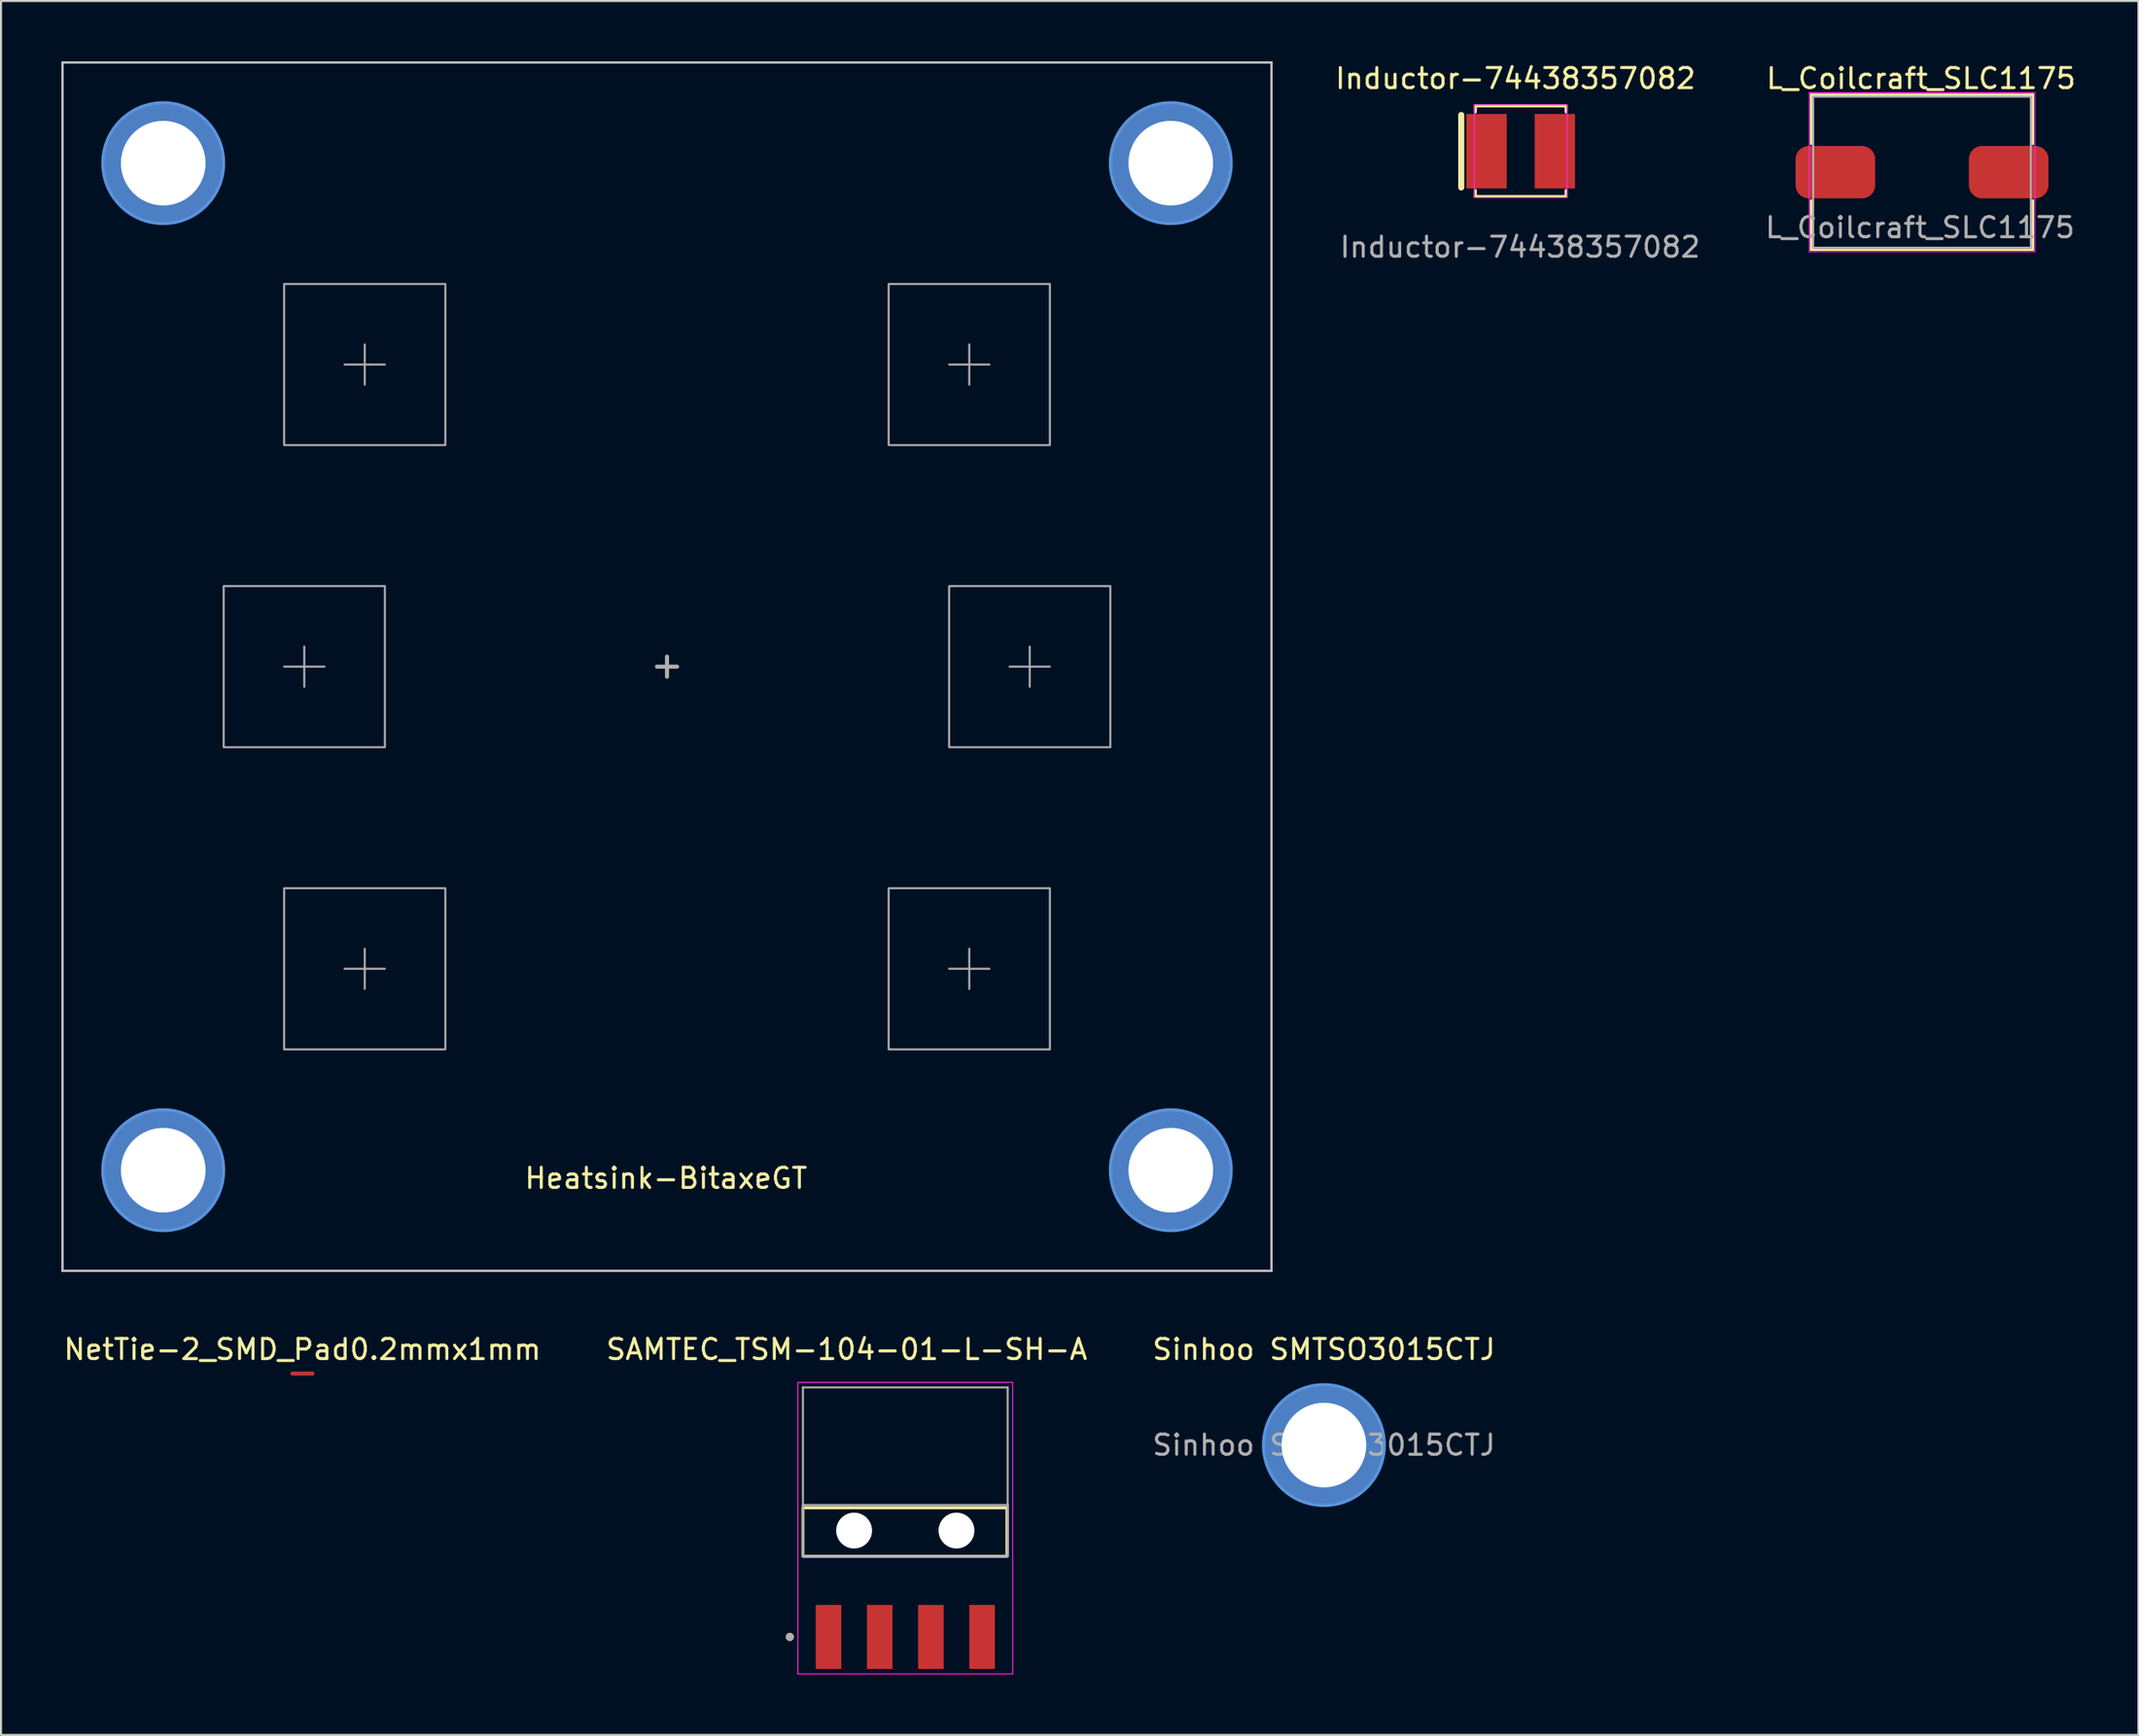
<source format=kicad_pcb>
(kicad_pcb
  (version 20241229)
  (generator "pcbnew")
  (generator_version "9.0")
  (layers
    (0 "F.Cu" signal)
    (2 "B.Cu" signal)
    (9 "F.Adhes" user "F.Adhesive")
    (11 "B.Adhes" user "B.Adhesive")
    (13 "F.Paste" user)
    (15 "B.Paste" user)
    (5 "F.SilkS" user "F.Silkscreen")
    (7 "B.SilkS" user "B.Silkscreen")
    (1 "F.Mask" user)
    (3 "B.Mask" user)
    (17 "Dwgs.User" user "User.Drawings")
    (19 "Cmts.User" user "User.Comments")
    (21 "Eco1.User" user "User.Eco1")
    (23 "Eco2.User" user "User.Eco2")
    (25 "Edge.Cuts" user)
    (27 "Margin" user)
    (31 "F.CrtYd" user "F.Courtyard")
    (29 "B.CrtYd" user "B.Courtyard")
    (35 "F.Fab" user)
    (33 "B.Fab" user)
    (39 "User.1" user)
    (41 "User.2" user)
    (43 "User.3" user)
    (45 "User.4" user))
  (footprint "Inductor-74438357082"
    (layer "F.Cu")
    (at 72.414 4.458)
    (property "Reference" "Inductor-74438357082" (at -0.26 -3.61 0) (unlocked yes) (layer "F.SilkS") (effects (font (size 1 1) (thickness 0.15))))
    (attr smd)
    (fp_line (start -2.95 -1.8) (end -2.95 1.8) (stroke (width 0.3) (type default)) (layer "F.SilkS"))
    (fp_line (start -2.25 -2.25) (end -2.25 -1.95) (stroke (width 0.15) (type default)) (layer "F.SilkS"))
    (fp_line (start -2.25 1.95) (end -2.25 2.25) (stroke (width 0.15) (type default)) (layer "F.SilkS"))
    (fp_line (start -2.25 2.25) (end 2.25 2.25) (stroke (width 0.15) (type default)) (layer "F.SilkS"))
    (fp_line (start 2.25 -2.25) (end -2.25 -2.25) (stroke (width 0.15) (type default)) (layer "F.SilkS"))
    (fp_line (start 2.25 -1.95) (end 2.25 -2.25) (stroke (width 0.15) (type default)) (layer "F.SilkS"))
    (fp_line (start 2.25 2.25) (end 2.25 1.95) (stroke (width 0.15) (type default)) (layer "F.SilkS"))
    (fp_line (start -2.3 -2.3) (end 2.3 -2.3) (stroke (width 0.05) (type default)) (layer "F.CrtYd"))
    (fp_line (start -2.3 2.3) (end -2.3 -2.3) (stroke (width 0.05) (type default)) (layer "F.CrtYd"))
    (fp_line (start 2.3 -2.3) (end 2.3 2.3) (stroke (width 0.05) (type default)) (layer "F.CrtYd"))
    (fp_line (start 2.3 2.3) (end -2.3 2.3) (stroke (width 0.05) (type default)) (layer "F.CrtYd"))
    (fp_text user "${REFERENCE}" (at -0.03 4.76 0) (unlocked yes) (layer "F.Fab") (effects (font (size 1 1) (thickness 0.15))))
    (pad "1" smd rect (at -1.695 0) (size 2 3.7) (layers "F.Cu" "F.Mask" "F.Paste"))
    (pad "2" smd rect (at 1.695 0) (size 2 3.7) (layers "F.Cu" "F.Mask" "F.Paste")))
  (footprint "NetTie-2_SMD_Pad0.2mmx1mm"
    (layer "F.Cu")
    (at 11.958 65.148)
    (property "Reference" "NetTie-2_SMD_Pad0.2mmx1mm" (at 0 -1.2 0) (layer "F.SilkS") (effects (font (size 1 1) (thickness 0.15))))
    (attr exclude_from_pos_files exclude_from_bom allow_missing_courtyard)
    (fp_poly (pts (xy -0.5 -0.1) (xy 0.5 -0.1) (xy 0.5 0.1) (xy -0.5 0.1)) (stroke (width 0) (type solid)) (fill yes) (layer "F.Cu"))
    (pad "1" smd circle (at -0.5 0) (size 0.2 0.2) (layers "F.Cu"))
    (pad "2" smd circle (at 0.5 0) (size 0.2 0.2) (layers "F.Cu")))
  (footprint "SAMTEC_TSM-104-01-L-SH-A"
    (layer "F.Cu")
    (at 41.875 72.943)
    (property "Reference" "SAMTEC_TSM-104-01-L-SH-A" (at -2.905 -8.995 0) (layer "F.SilkS") (effects (font (size 1 1) (thickness 0.15))))
    (attr smd)
    (fp_rect (start -5.08 -1.132) (end 5.047 1.276) (stroke (width 0.15) (type default)) (fill no) (layer "F.SilkS"))
    (fp_circle (center -5.73 5.28) (end -5.63 5.28) (stroke (width 0.2) (type solid)) (fill no) (layer "F.SilkS"))
    (fp_line (start -5.33 -7.36) (end 5.33 -7.36) (stroke (width 0.05) (type solid)) (layer "F.CrtYd"))
    (fp_line (start -5.33 7.12) (end -5.33 -7.36) (stroke (width 0.05) (type solid)) (layer "F.CrtYd"))
    (fp_line (start 5.33 -7.36) (end 5.33 7.12) (stroke (width 0.05) (type solid)) (layer "F.CrtYd"))
    (fp_line (start 5.33 7.12) (end -5.33 7.12) (stroke (width 0.05) (type solid)) (layer "F.CrtYd"))
    (fp_line (start -5.08 -7.11) (end 5.08 -7.11) (stroke (width 0.1) (type solid)) (layer "F.Fab"))
    (fp_line (start -5.08 -1.27) (end 5.08 -1.27) (stroke (width 0.1) (type solid)) (layer "F.Fab"))
    (fp_line (start -5.08 1.27) (end -5.08 -7.11) (stroke (width 0.1) (type solid)) (layer "F.Fab"))
    (fp_line (start -5.08 1.27) (end -5.08 -1.27) (stroke (width 0.1) (type solid)) (layer "F.Fab"))
    (fp_line (start 5.08 -7.11) (end 5.08 1.27) (stroke (width 0.1) (type solid)) (layer "F.Fab"))
    (fp_line (start 5.08 -1.27) (end 5.08 1.27) (stroke (width 0.1) (type solid)) (layer "F.Fab"))
    (fp_line (start 5.08 1.27) (end -5.08 1.27) (stroke (width 0.1) (type solid)) (layer "F.Fab"))
    (fp_circle (center -5.73 5.28) (end -5.63 5.28) (stroke (width 0.2) (type solid)) (fill no) (layer "F.Fab"))
    (fp_rect (start -4.58 -7.46) (end -3.58 -1.3) (stroke (width 0.1) (type solid)) (fill no) (layer "User.1"))
    (fp_rect (start -2.62 -7.456) (end -1.92 -1.304) (stroke (width 0.1) (type solid)) (fill no) (layer "User.1"))
    (fp_rect (start 3.58 -7.452) (end 4.58 -1.3) (stroke (width 0.1) (type solid)) (fill no) (layer "User.1"))
    (pad "" np_thru_hole circle (at -2.54 0) (size 1.78 1.78) (drill 1.78) (layers "*.Cu" "*.Mask"))
    (pad "" np_thru_hole circle (at 2.54 0) (size 1.78 1.78) (drill 1.78) (layers "*.Cu" "*.Mask"))
    (pad "1" smd rect (at -3.81 5.28) (size 1.27 3.18) (layers "F.Cu" "F.Mask" "F.Paste"))
    (pad "2" smd rect (at -1.27 5.28) (size 1.27 3.18) (layers "F.Cu" "F.Mask" "F.Paste"))
    (pad "3" smd rect (at 1.27 5.28) (size 1.27 3.18) (layers "F.Cu" "F.Mask" "F.Paste"))
    (pad "4" smd rect (at 3.81 5.28) (size 1.27 3.18) (layers "F.Cu" "F.Mask" "F.Paste")))
  (footprint "Sinhoo SMTSO3015CTJ"
    (layer "F.Cu")
    (at 62.649 68.698)
    (property "Reference" "Sinhoo SMTSO3015CTJ" (at 0 -4.75 0) (layer "F.SilkS") (effects (font (size 1 1) (thickness 0.15))))
    (attr exclude_from_pos_files exclude_from_bom)
    (fp_arc (start -2.537928 -0.410389) (mid -1.85 -1.8) (end -0.489578 -2.543988) (stroke (width 0.5) (type solid)) (layer "F.Paste"))
    (fp_arc (start -0.410389 2.537928) (mid -1.8 1.85) (end -2.543988 0.489578) (stroke (width 0.5) (type solid)) (layer "F.Paste"))
    (fp_arc (start 0.396477 -2.54835) (mid 1.786088 -1.860422) (end 2.530076 -0.5) (stroke (width 0.5) (type solid)) (layer "F.Paste"))
    (fp_arc (start 2.537928 0.410389) (mid 1.85 1.8) (end 0.489578 2.543988) (stroke (width 0.5) (type solid)) (layer "F.Paste"))
    (fp_circle (center 0 0) (end 3 0) (stroke (width 0.15) (type solid)) (fill no) (layer "Cmts.User"))
    (fp_circle (center 0 0) (end 3 0) (stroke (width 0.05) (type solid)) (fill no) (layer "F.CrtYd"))
    (fp_text user "${REFERENCE}" (at 0 0 0) (layer "F.Fab") (effects (font (size 1 1) (thickness 0.15))))
    (pad "1" thru_hole circle (at 0 0) (size 6 6) (drill 4.2) (layers "*.Cu" "*.Mask")))
  (footprint "Heatsink-BitaxeGT"
    (layer "F.Cu")
    (at 30.05 30.05)
    (property "Reference" "Heatsink-BitaxeGT" (at -0.05 25.4 0) (unlocked yes) (layer "F.SilkS") (effects (font (size 1 1) (thickness 0.15))))
    (attr smd)
    (fp_line (start -30 -30) (end 30 -30) (stroke (width 0.1) (type solid)) (layer "Dwgs.User"))
    (fp_line (start -30 30) (end -30 -30) (stroke (width 0.1) (type solid)) (layer "Dwgs.User"))
    (fp_line (start 30 -30) (end 30 30) (stroke (width 0.1) (type solid)) (layer "Dwgs.User"))
    (fp_line (start 30 30) (end -30 30) (stroke (width 0.1) (type solid)) (layer "Dwgs.User"))
    (fp_circle (center -25 -25) (end -22 -25) (stroke (width 0.15) (type solid)) (fill no) (layer "Cmts.User"))
    (fp_circle (center -25 25) (end -22 25) (stroke (width 0.15) (type solid)) (fill no) (layer "Cmts.User"))
    (fp_circle (center 25 -25) (end 28 -25) (stroke (width 0.15) (type solid)) (fill no) (layer "Cmts.User"))
    (fp_circle (center 25 25) (end 28 25) (stroke (width 0.15) (type solid)) (fill no) (layer "Cmts.User"))
    (fp_circle (center -25 -25) (end -22 -25) (stroke (width 0.05) (type solid)) (fill no) (layer "F.CrtYd"))
    (fp_circle (center -25 25) (end -22 25) (stroke (width 0.05) (type solid)) (fill no) (layer "F.CrtYd"))
    (fp_circle (center 25 -25) (end 28 -25) (stroke (width 0.05) (type solid)) (fill no) (layer "F.CrtYd"))
    (fp_circle (center 25 25) (end 28 25) (stroke (width 0.05) (type solid)) (fill no) (layer "F.CrtYd"))
    (fp_line (start -30 -30) (end 30 -30) (stroke (width 0.1) (type default)) (layer "F.Fab"))
    (fp_line (start -30 30) (end -30 -30) (stroke (width 0.1) (type default)) (layer "F.Fab"))
    (fp_line (start -30 30) (end 30 30) (stroke (width 0.1) (type default)) (layer "F.Fab"))
    (fp_line (start -19 0) (end -17 0) (stroke (width 0.1) (type default)) (layer "F.Fab"))
    (fp_line (start -18 -1) (end -18 1) (stroke (width 0.1) (type default)) (layer "F.Fab"))
    (fp_line (start -16 -15) (end -14 -15) (stroke (width 0.1) (type default)) (layer "F.Fab"))
    (fp_line (start -16 15) (end -14 15) (stroke (width 0.1) (type default)) (layer "F.Fab"))
    (fp_line (start -15 -16) (end -15 -14) (stroke (width 0.1) (type default)) (layer "F.Fab"))
    (fp_line (start -15 14) (end -15 16) (stroke (width 0.1) (type default)) (layer "F.Fab"))
    (fp_line (start -0.5 0) (end 0.5 0) (stroke (width 0.2) (type default)) (layer "F.Fab"))
    (fp_line (start 0 -0.5) (end 0 0.5) (stroke (width 0.2) (type default)) (layer "F.Fab"))
    (fp_line (start 14 -15) (end 16 -15) (stroke (width 0.1) (type default)) (layer "F.Fab"))
    (fp_line (start 14 15) (end 16 15) (stroke (width 0.1) (type default)) (layer "F.Fab"))
    (fp_line (start 15 -16) (end 15 -14) (stroke (width 0.1) (type default)) (layer "F.Fab"))
    (fp_line (start 15 14) (end 15 16) (stroke (width 0.1) (type default)) (layer "F.Fab"))
    (fp_line (start 17 0) (end 19 0) (stroke (width 0.1) (type default)) (layer "F.Fab"))
    (fp_line (start 18 -1) (end 18 1) (stroke (width 0.1) (type default)) (layer "F.Fab"))
    (fp_line (start 30 30) (end 30 -30) (stroke (width 0.1) (type default)) (layer "F.Fab"))
    (fp_rect (start -22 -4) (end -14 4) (stroke (width 0.1) (type default)) (fill no) (layer "F.Fab"))
    (fp_rect (start -19 -19) (end -11 -11) (stroke (width 0.1) (type default)) (fill no) (layer "F.Fab"))
    (fp_rect (start -19 11) (end -11 19) (stroke (width 0.1) (type default)) (fill no) (layer "F.Fab"))
    (fp_rect (start 11 -19) (end 19 -11) (stroke (width 0.1) (type default)) (fill no) (layer "F.Fab"))
    (fp_rect (start 11 11) (end 19 19) (stroke (width 0.1) (type default)) (fill no) (layer "F.Fab"))
    (fp_rect (start 14 -4) (end 22 4) (stroke (width 0.1) (type default)) (fill no) (layer "F.Fab"))
    (pad "1" thru_hole circle (at -25 -25) (size 6 6) (drill 4.2) (layers "*.Cu" "*.Mask"))
    (pad "1" thru_hole circle (at -25 25) (size 6 6) (drill 4.2) (layers "*.Cu" "*.Mask"))
    (pad "1" thru_hole circle (at 25 -25) (size 6 6) (drill 4.2) (layers "*.Cu" "*.Mask"))
    (pad "1" thru_hole circle (at 25 25) (size 6 6) (drill 4.2) (layers "*.Cu" "*.Mask")))
  (footprint "L_Coilcraft_SLC1175"
    (layer "F.Cu")
    (at 92.329 5.498)
    (property "Reference" "L_Coilcraft_SLC1175" (at -0.05 -4.65 0) (layer "F.SilkS") (effects (font (size 1 1) (thickness 0.15))))
    (attr smd)
    (fp_line (start -5.5 -3.85) (end -5.5 -1.4) (stroke (width 0.12) (type solid)) (layer "F.SilkS"))
    (fp_line (start -5.5 -3.85) (end 5.5 -3.85) (stroke (width 0.12) (type solid)) (layer "F.SilkS"))
    (fp_line (start -5.5 3.85) (end -5.5 1.4) (stroke (width 0.12) (type solid)) (layer "F.SilkS"))
    (fp_line (start -5.5 3.85) (end 5.5 3.85) (stroke (width 0.12) (type solid)) (layer "F.SilkS"))
    (fp_line (start 5.5 -3.85) (end 5.5 -1.4) (stroke (width 0.12) (type solid)) (layer "F.SilkS"))
    (fp_line (start 5.5 3.85) (end 5.5 1.4) (stroke (width 0.12) (type solid)) (layer "F.SilkS"))
    (fp_line (start -5.6 -3.95) (end -5.6 3.95) (stroke (width 0.05) (type solid)) (layer "F.CrtYd"))
    (fp_line (start -5.6 3.95) (end 5.6 3.95) (stroke (width 0.05) (type solid)) (layer "F.CrtYd"))
    (fp_line (start 5.6 -3.95) (end -5.6 -3.95) (stroke (width 0.05) (type solid)) (layer "F.CrtYd"))
    (fp_line (start 5.6 3.95) (end 5.6 -3.95) (stroke (width 0.05) (type solid)) (layer "F.CrtYd"))
    (fp_line (start -5.4 -3.75) (end 5.4 -3.75) (stroke (width 0.1) (type solid)) (layer "F.Fab"))
    (fp_line (start -5.4 3.75) (end -5.4 -3.75) (stroke (width 0.1) (type solid)) (layer "F.Fab"))
    (fp_line (start 5.4 -3.75) (end 5.4 3.75) (stroke (width 0.1) (type solid)) (layer "F.Fab"))
    (fp_line (start 5.4 3.75) (end -5.4 3.75) (stroke (width 0.1) (type solid)) (layer "F.Fab"))
    (fp_text user "${REFERENCE}" (at -0.1 2.75 0) (layer "F.Fab") (effects (font (size 1 1) (thickness 0.15))))
    (pad "1" smd roundrect (at -4.3 0) (size 3.95 2.6) (layers "F.Cu" "F.Mask" "F.Paste") (roundrect_rratio 0.25))
    (pad "2" smd roundrect (at 4.3 0) (size 3.95 2.6) (layers "F.Cu" "F.Mask" "F.Paste") (roundrect_rratio 0.25)))
  (gr_rect
    (start -3 -3)
    (end 103.07 83.088)
    (stroke (width 0.1) (type default))
    (fill no)
    (layer "Edge.Cuts")))
</source>
